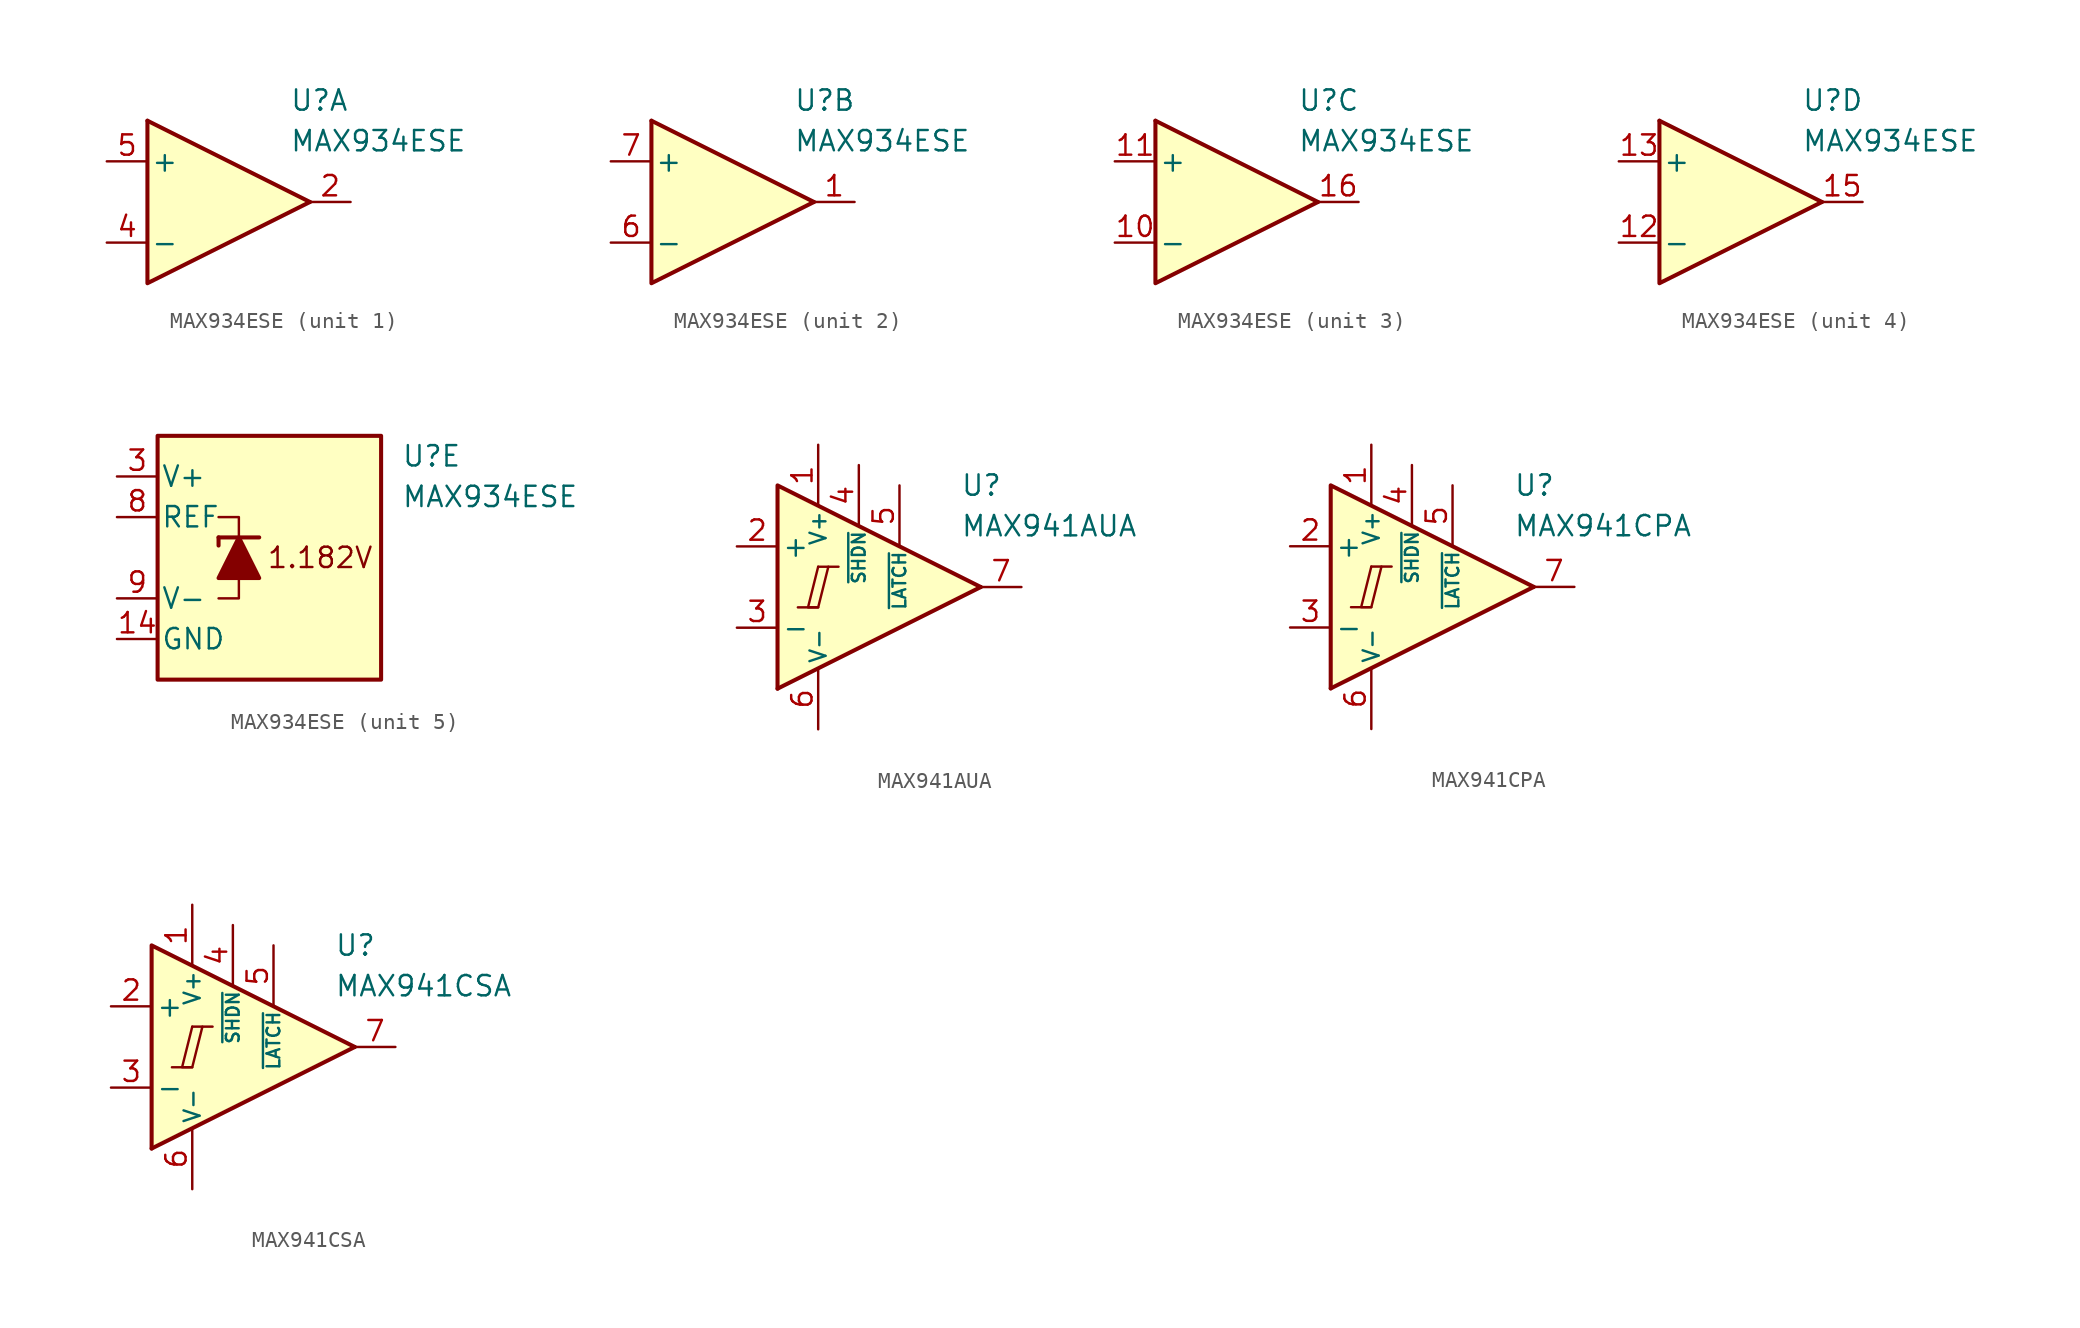
<source format=kicad_sym>
(kicad_symbol_lib
  (version 20231120)
  (generator "kicad_symbol_editor")
  (generator_version "8.0")
  (symbol "MAX934ESE"
    (pin_names
      (offset 0.2))
    (property "Reference" "U"
      (at 5.08 6.35 0)
      (effects (font (size 1.27 1.27)) (justify left)))
    (property "Value" "MAX934ESE"
      (at 5.08 3.81 0)
      (effects (font (size 1.27 1.27)) (justify left)))
    (property "ki_locked" ""
      (at 0 0 0)
      (effects (font (size 1.27 1.27))))
    (symbol "MAX934ESE_1_1"
      (polyline (pts (xy -3.81 5.08) (xy 6.35 0)) (stroke (width 0.254) (type default)) (fill (type none)))
      (polyline (pts (xy -3.81 5.08) (xy -3.81 -5.08) (xy 6.35 0)) (stroke (width 0.254) (type default)) (fill (type background)))
      (pin output line (at 8.89 0 180) (length 2.54) (name "~" (effects (font (size 1.27 1.27)))) (number "2" (effects (font (size 1.27 1.27)))))
      (pin input line (at -6.35 -2.54 0) (length 2.54) (name "-" (effects (font (size 1.27 1.27)))) (number "4" (effects (font (size 1.27 1.27)))))
      (pin input line (at -6.35 2.54 0) (length 2.54) (name "+" (effects (font (size 1.27 1.27)))) (number "5" (effects (font (size 1.27 1.27))))))
    (symbol "MAX934ESE_2_1"
      (polyline (pts (xy -3.81 5.08) (xy 6.35 0)) (stroke (width 0.254) (type default)) (fill (type none)))
      (polyline (pts (xy -3.81 5.08) (xy -3.81 -5.08) (xy 6.35 0)) (stroke (width 0.254) (type default)) (fill (type background)))
      (pin output line (at 8.89 0 180) (length 2.54) (name "~" (effects (font (size 1.27 1.27)))) (number "1" (effects (font (size 1.27 1.27)))))
      (pin input line (at -6.35 -2.54 0) (length 2.54) (name "-" (effects (font (size 1.27 1.27)))) (number "6" (effects (font (size 1.27 1.27)))))
      (pin input line (at -6.35 2.54 0) (length 2.54) (name "+" (effects (font (size 1.27 1.27)))) (number "7" (effects (font (size 1.27 1.27))))))
    (symbol "MAX934ESE_3_1"
      (polyline (pts (xy -3.81 5.08) (xy 6.35 0)) (stroke (width 0.254) (type default)) (fill (type none)))
      (polyline (pts (xy -3.81 5.08) (xy -3.81 -5.08) (xy 6.35 0)) (stroke (width 0.254) (type default)) (fill (type background)))
      (pin input line (at -6.35 -2.54 0) (length 2.54) (name "-" (effects (font (size 1.27 1.27)))) (number "10" (effects (font (size 1.27 1.27)))))
      (pin input line (at -6.35 2.54 0) (length 2.54) (name "+" (effects (font (size 1.27 1.27)))) (number "11" (effects (font (size 1.27 1.27)))))
      (pin output line (at 8.89 0 180) (length 2.54) (name "~" (effects (font (size 1.27 1.27)))) (number "16" (effects (font (size 1.27 1.27))))))
    (symbol "MAX934ESE_4_1"
      (polyline (pts (xy -3.81 5.08) (xy 6.35 0)) (stroke (width 0.254) (type default)) (fill (type none)))
      (polyline (pts (xy -3.81 5.08) (xy -3.81 -5.08) (xy 6.35 0)) (stroke (width 0.254) (type default)) (fill (type background)))
      (pin input line (at -6.35 -2.54 0) (length 2.54) (name "-" (effects (font (size 1.27 1.27)))) (number "12" (effects (font (size 1.27 1.27)))))
      (pin input line (at -6.35 2.54 0) (length 2.54) (name "+" (effects (font (size 1.27 1.27)))) (number "13" (effects (font (size 1.27 1.27)))))
      (pin output line (at 8.89 0 180) (length 2.54) (name "~" (effects (font (size 1.27 1.27)))) (number "15" (effects (font (size 1.27 1.27))))))
    (symbol "MAX934ESE_5_0"
      (text "1.182V" (at 0 0 0) (effects (font (size 1.27 1.27)))))
    (symbol "MAX934ESE_5_1"
      (rectangle (start -10.16 7.62) (end 3.81 -7.62) (stroke (width 0.254) (type default)) (fill (type background)))
      (polyline (pts (xy -6.35 1.27) (xy -6.35 0.762)) (stroke (width 0.254) (type default)) (fill (type none)))
      (polyline (pts (xy -6.35 1.27) (xy -3.81 1.27)) (stroke (width 0.254) (type default)) (fill (type none)))
      (polyline (pts (xy -5.08 -1.27) (xy -5.08 -2.54) (xy -6.35 -2.54)) (stroke (width 0) (type default)) (fill (type none)))
      (polyline (pts (xy -5.08 1.27) (xy -5.08 2.54) (xy -6.35 2.54)) (stroke (width 0) (type default)) (fill (type none)))
      (polyline (pts (xy -3.81 -1.27) (xy -6.35 -1.27) (xy -5.08 1.27) (xy -3.81 -1.27)) (stroke (width 0.254) (type default)) (fill (type outline)))
      (pin power_in line (at -12.7 -5.08 0) (length 2.54) (name "GND" (effects (font (size 1.27 1.27)))) (number "14" (effects (font (size 1.27 1.27)))))
      (pin power_in line (at -12.7 5.08 0) (length 2.54) (name "V+" (effects (font (size 1.27 1.27)))) (number "3" (effects (font (size 1.27 1.27)))))
      (pin output line (at -12.7 2.54 0) (length 2.54) (name "REF" (effects (font (size 1.27 1.27)))) (number "8" (effects (font (size 1.27 1.27)))))
      (pin power_in line (at -12.7 -2.54 0) (length 2.54) (name "V-" (effects (font (size 1.27 1.27)))) (number "9" (effects (font (size 1.27 1.27)))))))
  (symbol "MAX941AUA"
    (pin_names
      (offset 0.254))
    (property "Reference" "U"
      (at 6.35 6.35 0)
      (effects (font (size 1.27 1.27)) (justify left)))
    (property "Value" "MAX941AUA"
      (at 6.35 3.81 0)
      (effects (font (size 1.27 1.27)) (justify left)))
    (symbol "MAX941AUA_0_0"
      (polyline (pts (xy -3.81 -1.27) (xy -2.54 -1.27)) (stroke (width 0.152) (type default)) (fill (type none)))
      (polyline (pts (xy -2.54 1.27) (xy -1.27 1.27)) (stroke (width 0.152) (type default)) (fill (type none)))
      (polyline (pts (xy 7.62 0) (xy -5.08 -6.35)) (stroke (width 0.254) (type default)) (fill (type none)))
      (polyline (pts (xy 7.62 0) (xy -5.08 6.35) (xy -5.08 -6.35)) (stroke (width 0.254) (type default)) (fill (type background)))
      (polyline (pts (xy -2.54 1.27) (xy -3.175 -1.27) (xy -2.54 -1.27) (xy -1.905 1.27)) (stroke (width 0.152) (type default)) (fill (type none))))
    (symbol "MAX941AUA_1_1"
      (pin power_in line (at -2.54 8.89 270) (length 3.81) (name "V+" (effects (font (size 1 1)))) (number "1" (effects (font (size 1.27 1.27)))))
      (pin input line (at -7.62 2.54 0) (length 2.54) (name "+" (effects (font (size 1.27 1.27)))) (number "2" (effects (font (size 1.27 1.27)))))
      (pin input line (at -7.62 -2.54 0) (length 2.54) (name "-" (effects (font (size 1.27 1.27)))) (number "3" (effects (font (size 1.27 1.27)))))
      (pin input line (at 0 7.62 270) (length 3.81) (name "~{SHDN}" (effects (font (size 0.8 0.8)))) (number "4" (effects (font (size 1.27 1.27)))))
      (pin input line (at 2.54 6.35 270) (length 3.81) (name "~{LATCH}" (effects (font (size 0.8 0.8)))) (number "5" (effects (font (size 1.27 1.27)))))
      (pin power_in line (at -2.54 -8.89 90) (length 3.81) (name "V-" (effects (font (size 1 1)))) (number "6" (effects (font (size 1.27 1.27)))))
      (pin output line (at 10.16 0 180) (length 2.54) (name "~" (effects (font (size 1.27 1.27)))) (number "7" (effects (font (size 1.27 1.27)))))
      (pin free line (at -1.27 0 180) (length 2.54) hide (name "NC" (effects (font (size 1.27 1.27)))) (number "8" (effects (font (size 1.27 1.27)))))))
  (symbol "MAX941CPA"
    (pin_names
      (offset 0.254))
    (property "Reference" "U"
      (at 6.35 6.35 0)
      (effects (font (size 1.27 1.27)) (justify left)))
    (property "Value" "MAX941CPA"
      (at 6.35 3.81 0)
      (effects (font (size 1.27 1.27)) (justify left)))
    (symbol "MAX941CPA_0_0"
      (polyline (pts (xy -3.81 -1.27) (xy -2.54 -1.27)) (stroke (width 0.152) (type default)) (fill (type none)))
      (polyline (pts (xy -2.54 1.27) (xy -1.27 1.27)) (stroke (width 0.152) (type default)) (fill (type none)))
      (polyline (pts (xy 7.62 0) (xy -5.08 -6.35)) (stroke (width 0.254) (type default)) (fill (type none)))
      (polyline (pts (xy 7.62 0) (xy -5.08 6.35) (xy -5.08 -6.35)) (stroke (width 0.254) (type default)) (fill (type background)))
      (polyline (pts (xy -2.54 1.27) (xy -3.175 -1.27) (xy -2.54 -1.27) (xy -1.905 1.27)) (stroke (width 0.152) (type default)) (fill (type none))))
    (symbol "MAX941CPA_1_1"
      (pin power_in line (at -2.54 8.89 270) (length 3.81) (name "V+" (effects (font (size 1 1)))) (number "1" (effects (font (size 1.27 1.27)))))
      (pin input line (at -7.62 2.54 0) (length 2.54) (name "+" (effects (font (size 1.27 1.27)))) (number "2" (effects (font (size 1.27 1.27)))))
      (pin input line (at -7.62 -2.54 0) (length 2.54) (name "-" (effects (font (size 1.27 1.27)))) (number "3" (effects (font (size 1.27 1.27)))))
      (pin input line (at 0 7.62 270) (length 3.81) (name "~{SHDN}" (effects (font (size 0.8 0.8)))) (number "4" (effects (font (size 1.27 1.27)))))
      (pin input line (at 2.54 6.35 270) (length 3.81) (name "~{LATCH}" (effects (font (size 0.8 0.8)))) (number "5" (effects (font (size 1.27 1.27)))))
      (pin power_in line (at -2.54 -8.89 90) (length 3.81) (name "V-" (effects (font (size 1 1)))) (number "6" (effects (font (size 1.27 1.27)))))
      (pin output line (at 10.16 0 180) (length 2.54) (name "~" (effects (font (size 1.27 1.27)))) (number "7" (effects (font (size 1.27 1.27)))))
      (pin free line (at -1.27 0 180) (length 2.54) hide (name "NC" (effects (font (size 1.27 1.27)))) (number "8" (effects (font (size 1.27 1.27)))))))
  (symbol "MAX941CSA"
    (pin_names
      (offset 0.254))
    (property "Reference" "U"
      (at 6.35 6.35 0)
      (effects (font (size 1.27 1.27)) (justify left)))
    (property "Value" "MAX941CSA"
      (at 6.35 3.81 0)
      (effects (font (size 1.27 1.27)) (justify left)))
    (symbol "MAX941CSA_0_0"
      (polyline (pts (xy -3.81 -1.27) (xy -2.54 -1.27)) (stroke (width 0.152) (type default)) (fill (type none)))
      (polyline (pts (xy -2.54 1.27) (xy -1.27 1.27)) (stroke (width 0.152) (type default)) (fill (type none)))
      (polyline (pts (xy 7.62 0) (xy -5.08 -6.35)) (stroke (width 0.254) (type default)) (fill (type none)))
      (polyline (pts (xy 7.62 0) (xy -5.08 6.35) (xy -5.08 -6.35)) (stroke (width 0.254) (type default)) (fill (type background)))
      (polyline (pts (xy -2.54 1.27) (xy -3.175 -1.27) (xy -2.54 -1.27) (xy -1.905 1.27)) (stroke (width 0.152) (type default)) (fill (type none))))
    (symbol "MAX941CSA_1_1"
      (pin power_in line (at -2.54 8.89 270) (length 3.81) (name "V+" (effects (font (size 1 1)))) (number "1" (effects (font (size 1.27 1.27)))))
      (pin input line (at -7.62 2.54 0) (length 2.54) (name "+" (effects (font (size 1.27 1.27)))) (number "2" (effects (font (size 1.27 1.27)))))
      (pin input line (at -7.62 -2.54 0) (length 2.54) (name "-" (effects (font (size 1.27 1.27)))) (number "3" (effects (font (size 1.27 1.27)))))
      (pin input line (at 0 7.62 270) (length 3.81) (name "~{SHDN}" (effects (font (size 0.8 0.8)))) (number "4" (effects (font (size 1.27 1.27)))))
      (pin input line (at 2.54 6.35 270) (length 3.81) (name "~{LATCH}" (effects (font (size 0.8 0.8)))) (number "5" (effects (font (size 1.27 1.27)))))
      (pin power_in line (at -2.54 -8.89 90) (length 3.81) (name "V-" (effects (font (size 1 1)))) (number "6" (effects (font (size 1.27 1.27)))))
      (pin output line (at 10.16 0 180) (length 2.54) (name "~" (effects (font (size 1.27 1.27)))) (number "7" (effects (font (size 1.27 1.27)))))
      (pin free line (at -1.27 0 180) (length 2.54) hide (name "NC" (effects (font (size 1.27 1.27)))) (number "8" (effects (font (size 1.27 1.27))))))))
</source>
